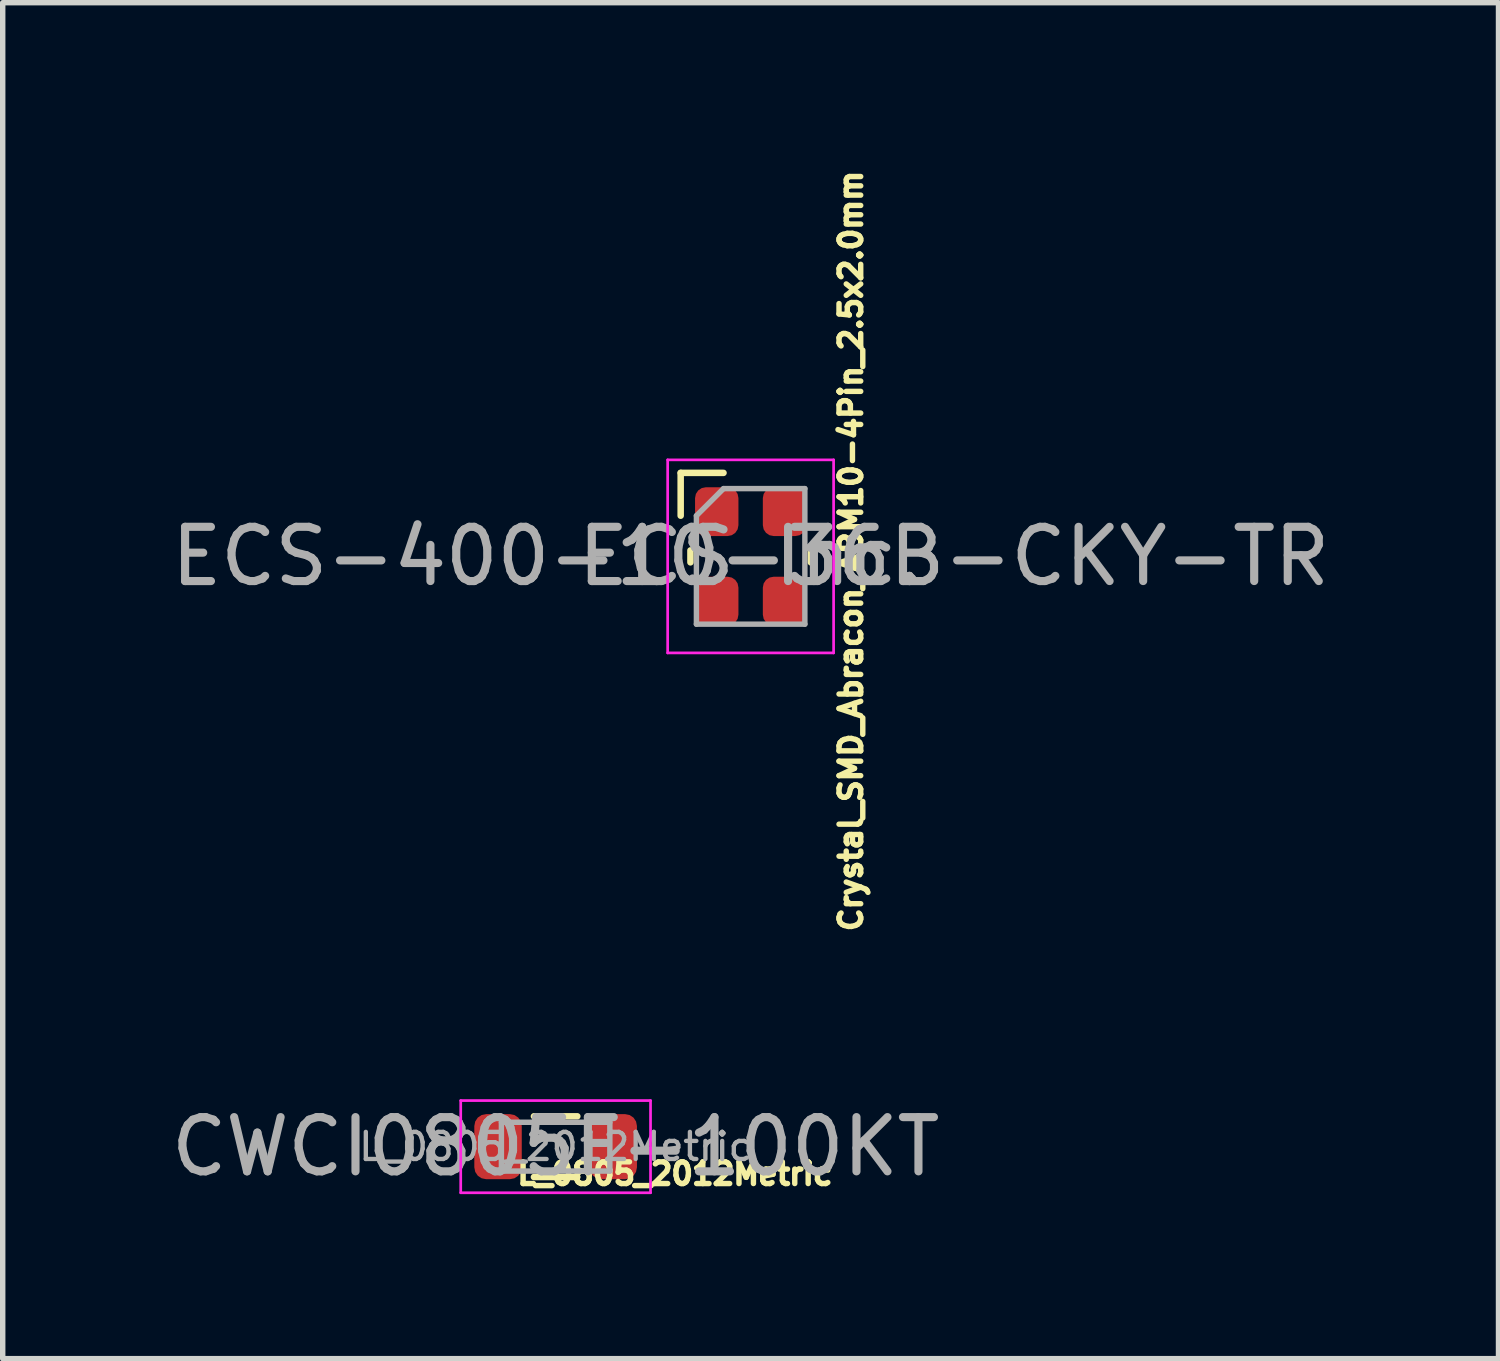
<source format=kicad_pcb>
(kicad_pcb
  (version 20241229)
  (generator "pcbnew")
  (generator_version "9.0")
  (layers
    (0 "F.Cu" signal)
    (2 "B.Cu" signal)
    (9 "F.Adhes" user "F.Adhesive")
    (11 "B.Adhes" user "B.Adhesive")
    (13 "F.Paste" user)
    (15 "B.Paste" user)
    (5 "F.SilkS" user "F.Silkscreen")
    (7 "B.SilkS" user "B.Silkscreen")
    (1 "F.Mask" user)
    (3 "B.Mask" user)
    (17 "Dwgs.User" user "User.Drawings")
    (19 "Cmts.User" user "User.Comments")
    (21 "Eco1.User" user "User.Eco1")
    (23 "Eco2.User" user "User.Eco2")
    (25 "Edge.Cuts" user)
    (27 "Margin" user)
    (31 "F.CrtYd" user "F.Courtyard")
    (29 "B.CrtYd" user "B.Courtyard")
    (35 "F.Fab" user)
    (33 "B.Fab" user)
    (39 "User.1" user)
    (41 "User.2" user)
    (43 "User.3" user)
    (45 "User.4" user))
  (footprint "Crystal_SMD_Abracon_ABM10-4Pin_2.5x2.0mm"
    (layer "F.Cu")
    (at 10.792 7.21)
    (property "Reference" "Crystal_SMD_Abracon_ABM10-4Pin_2.5x2.0mm" (at 1.85 -0.1 90) (layer "F.SilkS") (effects (font (size 0.4 0.4) (thickness 0.1))))
    (property "Datasheet" "" (at 0 0 0) (unlocked yes) (layer "F.Fab") (effects (font (size 1.27 1.27) (thickness 0.15))))
    (property "Description" "" (at 0 0 0) (unlocked yes) (layer "F.Fab") (effects (font (size 1.27 1.27) (thickness 0.15))))
    (property "Mfg" "ECS Inc." (at 0 0 180) (layer "F.Fab") (effects (font (size 1 1) (thickness 0.15))))
    (property "PN" "ECS-400-10-36B-CKY-TR" (at 0 0 180) (layer "F.Fab") (effects (font (size 1 1) (thickness 0.15))))
    (attr smd)
    (fp_line (start -1.29 -0.75) (end -1.29 -1.54) (stroke (width 0.12) (type solid)) (layer "F.SilkS"))
    (fp_line (start -1.11 -0.11) (end -1.11 0.11) (stroke (width 0.12) (type solid)) (layer "F.SilkS"))
    (fp_line (start -0.5 -1.54) (end -1.29 -1.54) (stroke (width 0.12) (type solid)) (layer "F.SilkS"))
    (fp_line (start 1.11 -0.11) (end 1.11 0.11) (stroke (width 0.12) (type solid)) (layer "F.SilkS"))
    (fp_line (start -1.53 -1.78) (end -1.53 1.78) (stroke (width 0.05) (type solid)) (layer "F.CrtYd"))
    (fp_line (start -1.53 1.78) (end 1.53 1.78) (stroke (width 0.05) (type solid)) (layer "F.CrtYd"))
    (fp_line (start 1.53 -1.78) (end -1.53 -1.78) (stroke (width 0.05) (type solid)) (layer "F.CrtYd"))
    (fp_line (start 1.53 -1.78) (end 1.53 1.78) (stroke (width 0.05) (type solid)) (layer "F.CrtYd"))
    (fp_line (start -1 -0.75) (end -1 1.25) (stroke (width 0.1) (type solid)) (layer "F.Fab"))
    (fp_line (start -1 1.25) (end 1 1.25) (stroke (width 0.1) (type solid)) (layer "F.Fab"))
    (fp_line (start -0.5 -1.25) (end -1 -0.75) (stroke (width 0.1) (type solid)) (layer "F.Fab"))
    (fp_line (start -0.5 -1.25) (end 1 -1.25) (stroke (width 0.1) (type solid)) (layer "F.Fab"))
    (fp_line (start 1 -1.25) (end 1 1.25) (stroke (width 0.1) (type solid)) (layer "F.Fab"))
    (pad "1" smd roundrect (at -0.625 -0.825) (size 0.8 0.9) (layers "F.Cu" "F.Mask" "F.Paste") (roundrect_rratio 0.25))
    (pad "2" smd roundrect (at -0.625 0.825) (size 0.8 0.9) (layers "F.Cu" "F.Mask" "F.Paste") (roundrect_rratio 0.25))
    (pad "3" smd roundrect (at 0.625 0.825) (size 0.8 0.9) (layers "F.Cu" "F.Mask" "F.Paste") (roundrect_rratio 0.25))
    (pad "4" smd roundrect (at 0.625 -0.825) (size 0.8 0.9) (layers "F.Cu" "F.Mask" "F.Paste") (roundrect_rratio 0.25)))
  (footprint "L_0805_2012Metric"
    (layer "F.Cu")
    (at 7.196 18.095)
    (property "Reference" "L_0805_2012Metric" (at 2.2 0.5 0) (layer "F.SilkS") (effects (font (size 0.4 0.4) (thickness 0.1))))
    (property "Datasheet" "" (at 0 0 0) (unlocked yes) (layer "F.Fab") (effects (font (size 1.27 1.27) (thickness 0.15))))
    (property "Description" "" (at 0 0 0) (unlocked yes) (layer "F.Fab") (effects (font (size 1.27 1.27) (thickness 0.15))))
    (property "PN" "CWCI0805F-100KT" (at 0 0 0) (unlocked yes) (layer "F.Fab") (effects (font (size 1 1) (thickness 0.15))))
    (attr smd)
    (fp_line (start -0.4 -0.56) (end 0.4 -0.56) (stroke (width 0.12) (type solid)) (layer "F.SilkS"))
    (fp_line (start -0.4 0.56) (end 0.4 0.56) (stroke (width 0.12) (type solid)) (layer "F.SilkS"))
    (fp_line (start -1.75 -0.85) (end 1.75 -0.85) (stroke (width 0.05) (type solid)) (layer "F.CrtYd"))
    (fp_line (start -1.75 0.85) (end -1.75 -0.85) (stroke (width 0.05) (type solid)) (layer "F.CrtYd"))
    (fp_line (start 1.75 -0.85) (end 1.75 0.85) (stroke (width 0.05) (type solid)) (layer "F.CrtYd"))
    (fp_line (start 1.75 0.85) (end -1.75 0.85) (stroke (width 0.05) (type solid)) (layer "F.CrtYd"))
    (fp_line (start -1 -0.45) (end 1 -0.45) (stroke (width 0.1) (type solid)) (layer "F.Fab"))
    (fp_line (start -1 0.45) (end -1 -0.45) (stroke (width 0.1) (type solid)) (layer "F.Fab"))
    (fp_line (start 1 -0.45) (end 1 0.45) (stroke (width 0.1) (type solid)) (layer "F.Fab"))
    (fp_line (start 1 0.45) (end -1 0.45) (stroke (width 0.1) (type solid)) (layer "F.Fab"))
    (fp_text user "${REFERENCE}" (at 0 0 0) (layer "F.Fab") (effects (font (size 0.5 0.5) (thickness 0.08))))
    (pad "1" smd roundrect (at -1.062 0) (size 0.875 1.2) (layers "F.Cu" "F.Mask" "F.Paste") (roundrect_rratio 0.25))
    (pad "2" smd roundrect (at 1.062 0) (size 0.875 1.2) (layers "F.Cu" "F.Mask" "F.Paste") (roundrect_rratio 0.25)))
  (gr_rect
    (start -3 -3)
    (end 24.583 22.004)
    (stroke (width 0.1) (type default))
    (fill no)
    (layer "Edge.Cuts")))
</source>
